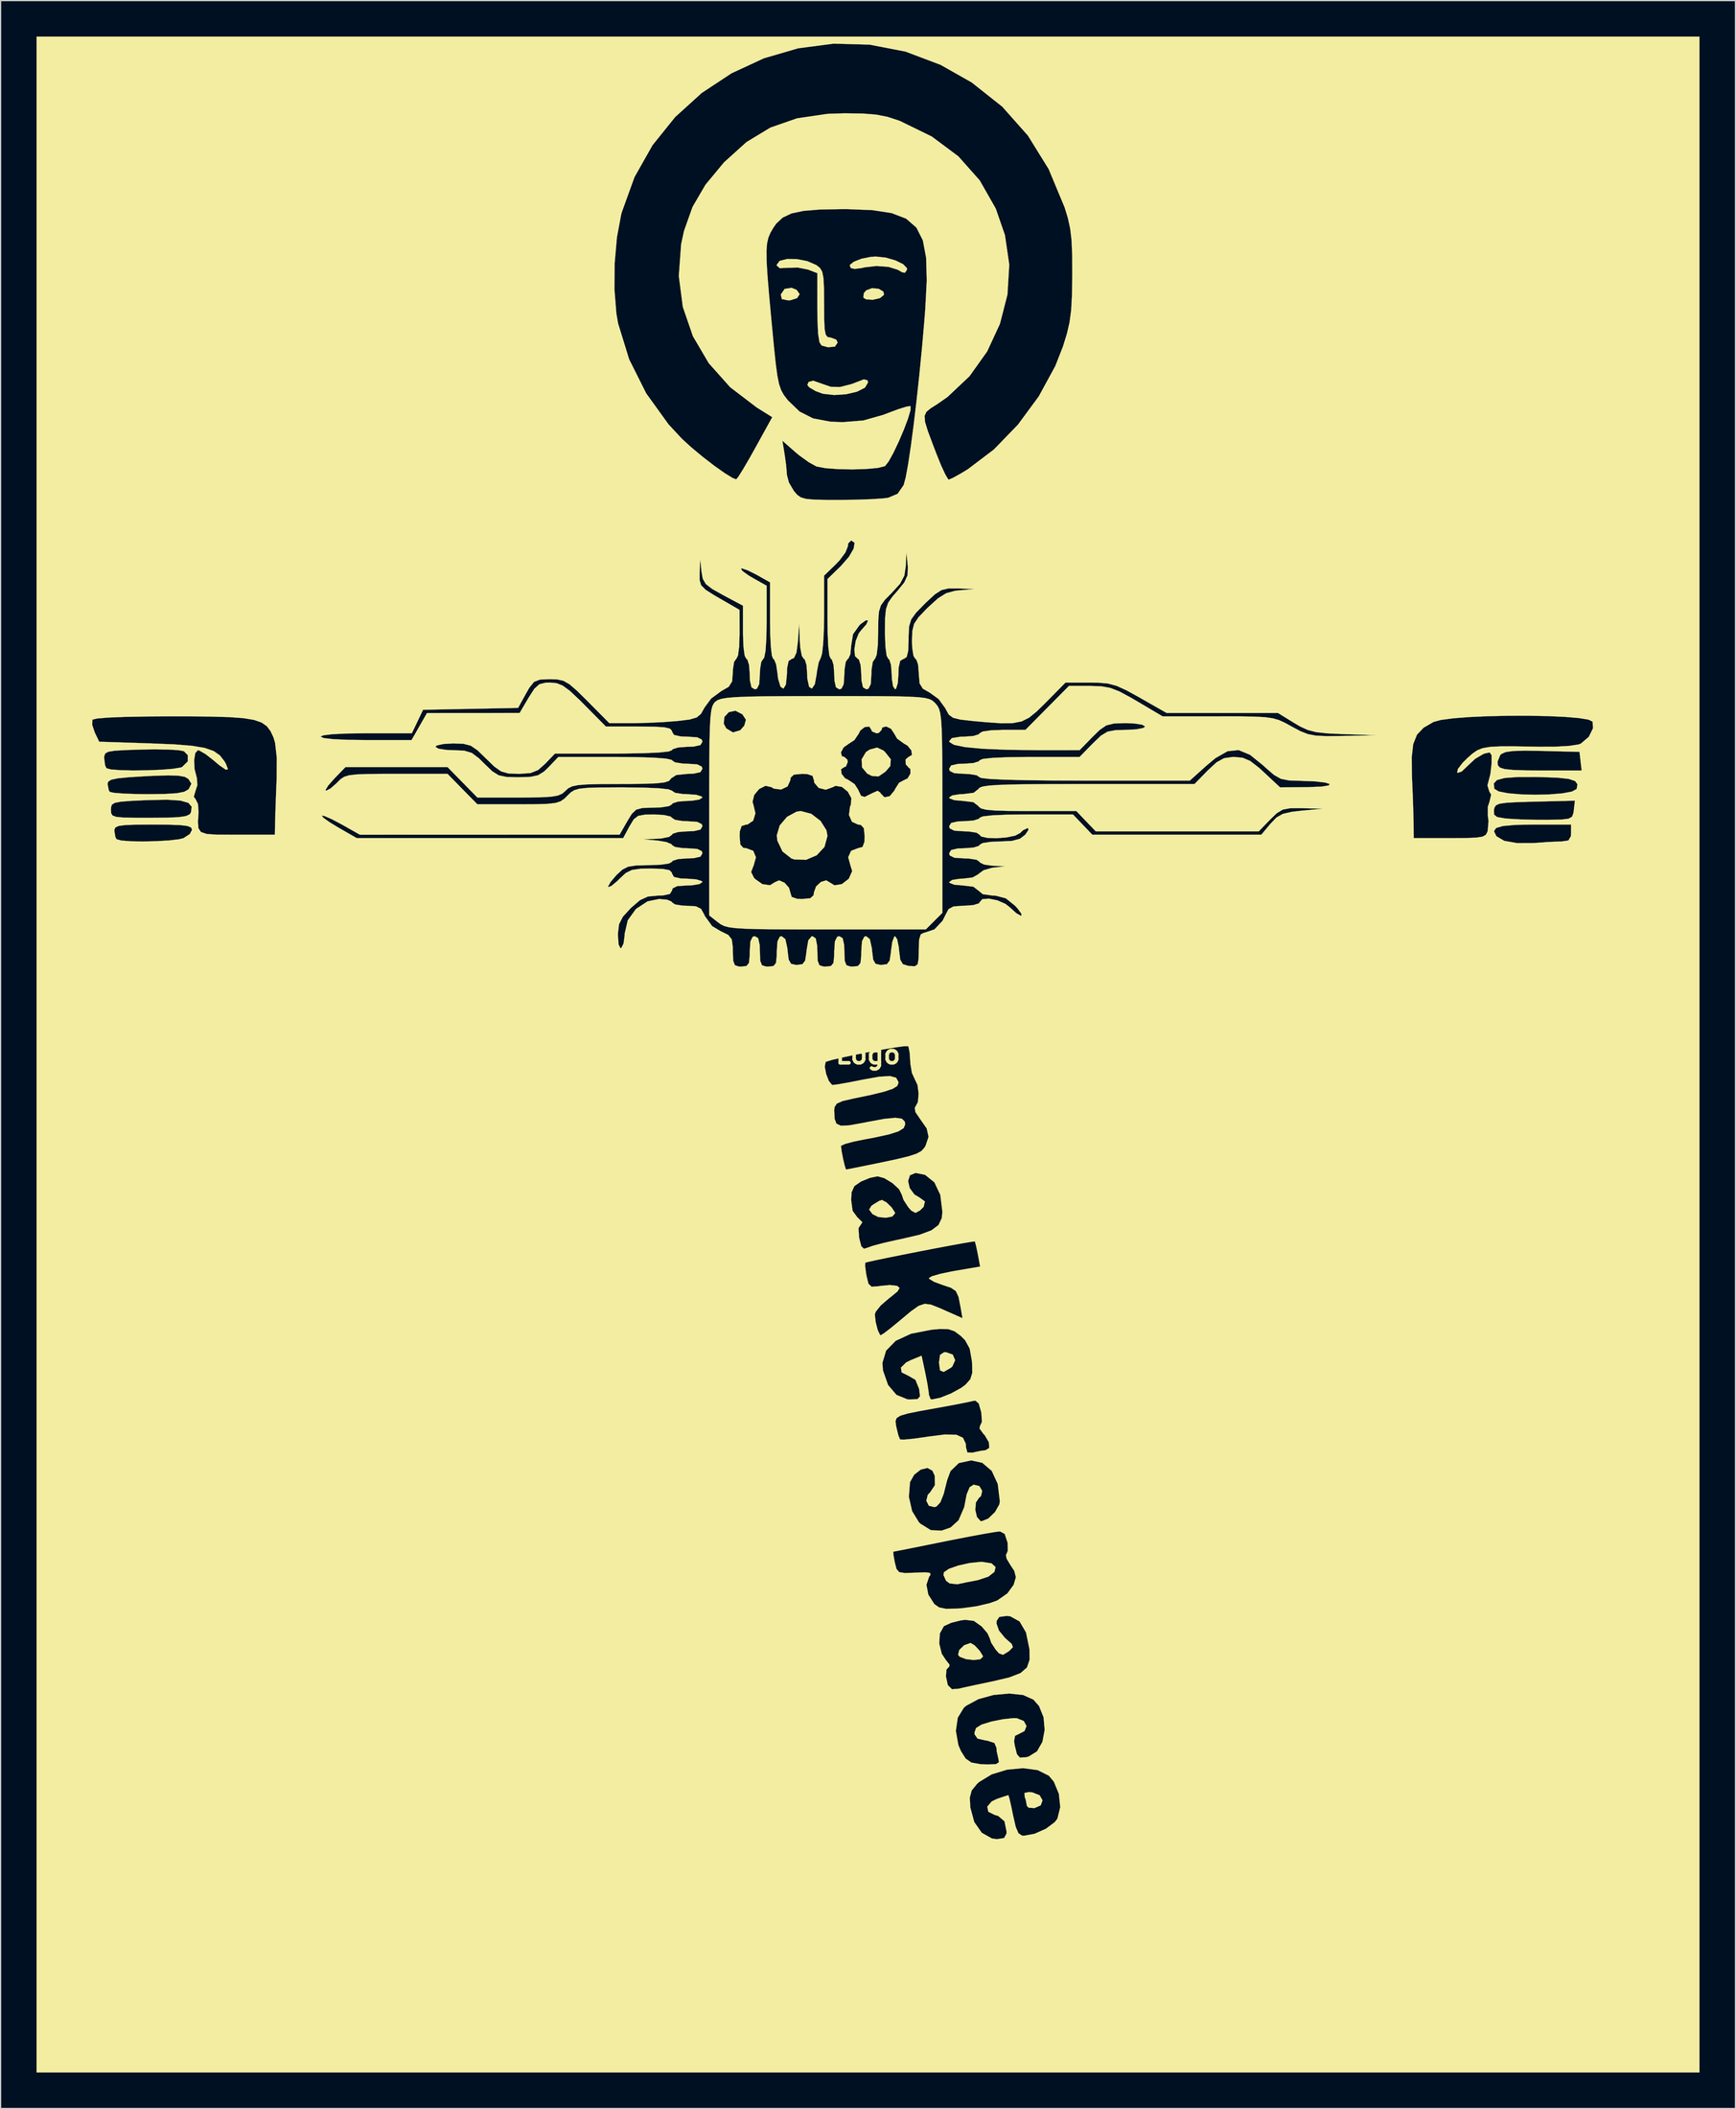
<source format=kicad_pcb>
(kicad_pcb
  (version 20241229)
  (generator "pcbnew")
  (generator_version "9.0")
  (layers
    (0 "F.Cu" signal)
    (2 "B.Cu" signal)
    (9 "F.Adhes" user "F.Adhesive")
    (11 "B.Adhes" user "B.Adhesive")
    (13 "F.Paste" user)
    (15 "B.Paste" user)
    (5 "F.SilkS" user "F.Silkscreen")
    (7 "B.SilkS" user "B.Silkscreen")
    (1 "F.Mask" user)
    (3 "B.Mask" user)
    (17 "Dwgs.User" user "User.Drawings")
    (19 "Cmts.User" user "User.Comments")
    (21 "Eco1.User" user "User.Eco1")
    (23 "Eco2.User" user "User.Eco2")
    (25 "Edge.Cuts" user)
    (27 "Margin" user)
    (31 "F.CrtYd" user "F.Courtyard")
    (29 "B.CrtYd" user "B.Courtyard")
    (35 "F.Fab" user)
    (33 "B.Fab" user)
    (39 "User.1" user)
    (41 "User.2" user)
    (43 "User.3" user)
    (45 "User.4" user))
  (footprint "Logo"
    (layer "F.Cu")
    (at 69.432 84.954)
    (property "Reference" "Logo" (at 0 0 0) (layer "F.SilkS") (effects (font (size 1.524 1.524) (thickness 0.3))))
    (attr through_hole)
    (fp_poly (pts (xy -5.961 -63.813) (xy -5.712 -63.457) (xy -5.92 -63.127) (xy -6.489 -62.944) (xy -6.67 -62.936) (xy -7.197 -63.044) (xy -7.286 -63.418) (xy -7.285 -63.426) (xy -6.963 -63.896) (xy -6.379 -63.984) (xy -5.961 -63.813)) (stroke (width 0.01) (type solid)) (fill yes) (layer "F.SilkS"))
    (fp_poly (pts (xy 0.891 -63.901) (xy 1.283 -63.669) (xy 1.334 -63.405) (xy 0.998 -63.127) (xy 0.401 -62.987) (xy -0.169 -63.024) (xy -0.394 -63.17) (xy -0.348 -63.544) (xy -0.152 -63.774) (xy 0.337 -63.955) (xy 0.891 -63.901)) (stroke (width 0.01) (type solid)) (fill yes) (layer "F.SilkS"))
    (fp_poly (pts (xy 7.073 25.038) (xy 7.274 25.506) (xy 7.041 26.031) (xy 6.906 26.146) (xy 6.315 26.485) (xy 6.015 26.36) (xy 5.927 25.734) (xy 5.927 25.682) (xy 6.014 25.064) (xy 6.343 24.845) (xy 6.5 24.836) (xy 7.073 25.038)) (stroke (width 0.01) (type solid)) (fill yes) (layer "F.SilkS"))
    (fp_poly (pts (xy 13.72 61.573) (xy 14.328 61.813) (xy 14.57 62.234) (xy 14.419 62.653) (xy 13.899 62.885) (xy 13.408 62.852) (xy 13.264 62.696) (xy 13.171 62.207) (xy 13.085 61.948) (xy 13.057 61.625) (xy 13.41 61.547) (xy 13.72 61.573)) (stroke (width 0.01) (type solid)) (fill yes) (layer "F.SilkS"))
    (fp_poly (pts (xy 1.272 -25.379) (xy 1.41 -25.26) (xy 1.901 -24.64) (xy 1.857 -24.077) (xy 1.459 -23.609) (xy 0.874 -23.209) (xy 0.324 -23.247) (xy -0.071 -23.447) (xy -0.505 -23.97) (xy -0.532 -24.641) (xy -0.174 -25.244) (xy 0.14 -25.451) (xy 0.759 -25.619) (xy 1.272 -25.379)) (stroke (width 0.01) (type solid)) (fill yes) (layer "F.SilkS"))
    (fp_poly (pts (xy 1.536 12.333) (xy 1.976 12.762) (xy 2.245 13.18) (xy 2.258 13.252) (xy 2.025 13.517) (xy 1.479 13.621) (xy 0.851 13.556) (xy 0.376 13.318) (xy 0.093 12.941) (xy 0.268 12.644) (xy 0.446 12.507) (xy 0.937 12.21) (xy 1.163 12.136) (xy 1.536 12.333)) (stroke (width 0.01) (type solid)) (fill yes) (layer "F.SilkS"))
    (fp_poly (pts (xy 8.901 49.306) (xy 9.31 49.741) (xy 9.576 50.165) (xy 9.596 50.256) (xy 9.363 50.466) (xy 8.816 50.525) (xy 8.176 50.452) (xy 7.668 50.261) (xy 7.52 50.099) (xy 7.616 49.688) (xy 8.033 49.29) (xy 8.558 49.107) (xy 8.569 49.107) (xy 8.901 49.306)) (stroke (width 0.01) (type solid)) (fill yes) (layer "F.SilkS"))
    (fp_poly (pts (xy -4.738 -20.087) (xy -3.966 -19.498) (xy -3.474 -18.718) (xy -3.387 -18.247) (xy -3.636 -17.328) (xy -4.284 -16.631) (xy -5.176 -16.251) (xy -6.163 -16.283) (xy -6.402 -16.365) (xy -7.144 -16.948) (xy -7.569 -17.843) (xy -7.62 -18.288) (xy -7.374 -19.119) (xy -6.76 -19.843) (xy -5.961 -20.272) (xy -5.611 -20.32) (xy -4.738 -20.087)) (stroke (width 0.01) (type solid)) (fill yes) (layer "F.SilkS"))
    (fp_poly (pts (xy -0.042 -56.263) (xy 0 -56.09) (xy -0.254 -55.656) (xy -0.914 -55.319) (xy -1.824 -55.105) (xy -2.83 -55.039) (xy -3.777 -55.146) (xy -4.374 -55.366) (xy -4.909 -55.68) (xy -5.069 -55.877) (xy -4.97 -56.111) (xy -4.956 -56.134) (xy -4.574 -56.233) (xy -3.809 -55.964) (xy -3.089 -55.718) (xy -2.328 -55.709) (xy -1.365 -55.956) (xy -0.353 -56.345) (xy -0.042 -56.263)) (stroke (width 0.01) (type solid)) (fill yes) (layer "F.SilkS"))
    (fp_poly (pts (xy 10.31 42.459) (xy 10.65 42.77) (xy 10.554 43.172) (xy 10.049 43.568) (xy 9.16 43.862) (xy 9.092 43.875) (xy 8.226 44.041) (xy 7.512 44.192) (xy 7.458 44.205) (xy 6.814 44.134) (xy 6.516 43.916) (xy 6.299 43.436) (xy 6.336 43.203) (xy 6.753 42.917) (xy 7.538 42.642) (xy 8.495 42.43) (xy 9.428 42.336) (xy 9.508 42.335) (xy 10.31 42.459)) (stroke (width 0.01) (type solid)) (fill yes) (layer "F.SilkS"))
    (fp_poly (pts (xy 1.48 -66.506) (xy 2.292 -66.27) (xy 2.934 -65.954) (xy 3.253 -65.624) (xy 3.238 -65.464) (xy 3.078 -65.243) (xy 2.859 -65.277) (xy 2.48 -65.492) (xy 1.704 -65.734) (xy 0.677 -65.805) (xy -0.314 -65.69) (xy -0.491 -65.641) (xy -1.118 -65.559) (xy -1.447 -65.639) (xy -1.529 -65.884) (xy -1.187 -66.161) (xy -0.557 -66.409) (xy 0.229 -66.568) (xy 0.649 -66.594) (xy 1.48 -66.506)) (stroke (width 0.01) (type solid)) (fill yes) (layer "F.SilkS"))
    (fp_poly (pts (xy -5.935 -66.379) (xy -5.064 -66.209) (xy -4.313 -65.88) (xy -4.304 -65.874) (xy -4.013 -65.644) (xy -3.827 -65.329) (xy -3.724 -64.81) (xy -3.679 -63.968) (xy -3.669 -62.684) (xy -3.669 -62.647) (xy -3.661 -61.364) (xy -3.624 -60.543) (xy -3.537 -60.083) (xy -3.38 -59.879) (xy -3.133 -59.831) (xy -3.104 -59.831) (xy -2.645 -59.655) (xy -2.54 -59.408) (xy -2.767 -59.08) (xy -3.341 -59.025) (xy -3.881 -59.171) (xy -4.057 -59.451) (xy -4.17 -60.157) (xy -4.225 -61.34) (xy -4.233 -62.261) (xy -4.233 -65.207) (xy -5.009 -65.505) (xy -5.863 -65.676) (xy -6.703 -65.657) (xy -7.366 -65.623) (xy -7.612 -65.829) (xy -7.62 -65.917) (xy -7.378 -66.235) (xy -6.761 -66.388) (xy -5.935 -66.379)) (stroke (width 0.01) (type solid)) (fill yes) (layer "F.SilkS"))
    (fp_poly (pts (xy -1.152 -29.915) (xy 0.782 -29.909) (xy 2.277 -29.894) (xy 3.396 -29.866) (xy 4.202 -29.821) (xy 4.758 -29.754) (xy 5.127 -29.661) (xy 5.371 -29.539) (xy 5.554 -29.382) (xy 5.633 -29.298) (xy 5.798 -29.099) (xy 5.927 -28.854) (xy 6.026 -28.497) (xy 6.099 -27.964) (xy 6.149 -27.192) (xy 6.181 -26.116) (xy 6.199 -24.672) (xy 6.207 -22.796) (xy 6.209 -20.424) (xy 6.209 -20.254) (xy 6.209 -11.828) (xy 4.823 -10.442) (xy -3.477 -10.442) (xy -5.864 -10.444) (xy -7.752 -10.451) (xy -9.208 -10.469) (xy -10.295 -10.501) (xy -11.082 -10.552) (xy -11.632 -10.626) (xy -12.011 -10.727) (xy -12.286 -10.86) (xy -12.521 -11.027) (xy -13.264 -11.612) (xy -13.264 -18.203) (xy -10.724 -18.203) (xy -10.662 -17.524) (xy -10.417 -17.249) (xy -10.151 -17.216) (xy -9.583 -16.999) (xy -9.36 -16.461) (xy -9.551 -15.772) (xy -9.57 -15.74) (xy -9.761 -15.232) (xy -9.527 -14.76) (xy -9.43 -14.649) (xy -8.819 -14.22) (xy -8.188 -14.13) (xy -7.761 -14.394) (xy -7.419 -14.537) (xy -6.967 -14.334) (xy -6.598 -13.916) (xy -6.491 -13.537) (xy -6.377 -13.154) (xy -5.935 -12.999) (xy -5.503 -12.982) (xy -4.821 -13.046) (xy -4.546 -13.294) (xy -4.516 -13.537) (xy -4.337 -14.03) (xy -3.93 -14.408) (xy -3.487 -14.539) (xy -3.246 -14.394) (xy -2.8 -14.124) (xy -2.188 -14.223) (xy -1.633 -14.65) (xy -1.588 -14.711) (xy -1.324 -15.312) (xy -1.475 -15.802) (xy -1.655 -16.466) (xy -1.418 -17) (xy -0.856 -17.216) (xy -0.461 -17.323) (xy -0.302 -17.745) (xy -0.282 -18.203) (xy -0.348 -18.887) (xy -0.597 -19.162) (xy -0.828 -19.191) (xy -1.341 -19.424) (xy -1.592 -19.99) (xy -1.505 -20.691) (xy -1.438 -20.835) (xy -1.391 -21.39) (xy -1.692 -21.941) (xy -2.185 -22.337) (xy -2.717 -22.425) (xy -2.942 -22.314) (xy -3.529 -22.101) (xy -4.12 -22.251) (xy -4.485 -22.68) (xy -4.516 -22.879) (xy -4.634 -23.257) (xy -5.086 -23.408) (xy -5.503 -23.424) (xy -6.187 -23.359) (xy -6.462 -23.11) (xy -6.491 -22.879) (xy -6.722 -22.372) (xy -7.261 -22.116) (xy -7.876 -22.193) (xy -8.065 -22.314) (xy -8.561 -22.427) (xy -9.092 -22.16) (xy -9.504 -21.665) (xy -9.644 -21.093) (xy -9.569 -20.835) (xy -9.403 -20.131) (xy -9.589 -19.52) (xy -10.055 -19.202) (xy -10.179 -19.191) (xy -10.557 -19.073) (xy -10.708 -18.621) (xy -10.724 -18.203) (xy -13.264 -18.203) (xy -13.264 -20.297) (xy -13.262 -22.751) (xy -13.254 -24.702) (xy -13.248 -25.22) (xy -2.261 -25.22) (xy -2.189 -24.902) (xy -1.976 -24.836) (xy -1.725 -24.607) (xy -1.693 -24.412) (xy -1.846 -24.037) (xy -1.976 -23.989) (xy -2.251 -23.814) (xy -2.213 -23.433) (xy -1.926 -23.061) (xy -1.672 -22.936) (xy -1.121 -22.568) (xy -0.832 -22.116) (xy -0.586 -21.594) (xy -0.287 -21.496) (xy 0.267 -21.769) (xy 0.323 -21.802) (xy 0.802 -22.012) (xy 1.025 -21.858) (xy 1.048 -21.802) (xy 1.372 -21.468) (xy 1.817 -21.564) (xy 2.209 -22.04) (xy 2.258 -22.154) (xy 2.591 -22.68) (xy 2.926 -22.86) (xy 3.306 -23.049) (xy 3.544 -23.453) (xy 3.535 -23.832) (xy 3.403 -23.936) (xy 3.148 -24.221) (xy 3.136 -24.623) (xy 3.374 -24.835) (xy 3.387 -24.836) (xy 3.668 -25.004) (xy 3.616 -25.382) (xy 3.298 -25.779) (xy 3.002 -25.95) (xy 2.426 -26.366) (xy 2.182 -26.789) (xy 1.914 -27.192) (xy 1.513 -27.381) (xy 1.192 -27.294) (xy 1.129 -27.093) (xy 0.9 -26.843) (xy 0.706 -26.811) (xy 0.33 -26.964) (xy 0.282 -27.093) (xy 0.107 -27.368) (xy -0.274 -27.331) (xy -0.645 -27.044) (xy -0.771 -26.789) (xy -1.139 -26.239) (xy -1.591 -25.95) (xy -2.039 -25.633) (xy -2.261 -25.22) (xy -13.248 -25.22) (xy -13.236 -26.213) (xy -13.204 -27.344) (xy -13.189 -27.608) (xy -12.048 -27.608) (xy -11.84 -27.219) (xy -11.277 -26.884) (xy -10.676 -27.061) (xy -10.336 -27.441) (xy -10.195 -27.94) (xy -10.496 -28.397) (xy -11.075 -28.693) (xy -11.624 -28.575) (xy -11.997 -28.171) (xy -12.048 -27.608) (xy -13.189 -27.608) (xy -13.156 -28.157) (xy -13.088 -28.715) (xy -12.996 -29.078) (xy -12.876 -29.309) (xy -12.748 -29.448) (xy -12.549 -29.582) (xy -12.237 -29.687) (xy -11.751 -29.768) (xy -11.029 -29.828) (xy -10.011 -29.869) (xy -8.636 -29.896) (xy -6.841 -29.91) (xy -4.566 -29.915) (xy -3.587 -29.916) (xy -1.152 -29.915)) (stroke (width 0.01) (type solid)) (fill yes) (layer "F.SilkS"))
    (fp_poly (pts (xy 69.427 84.949) (xy -69.427 84.949) (xy -69.427 62.001) (xy 8.497 62.001) (xy 8.541 62.833) (xy 8.87 64.051) (xy 9.499 64.946) (xy 10.348 65.423) (xy 10.774 65.476) (xy 11.36 65.384) (xy 11.559 65.023) (xy 11.567 64.841) (xy 11.395 63.987) (xy 10.861 63.534) (xy 10.587 63.459) (xy 10.04 63.187) (xy 9.959 62.764) (xy 10.326 62.329) (xy 10.752 62.122) (xy 11.377 61.909) (xy 11.708 61.808) (xy 11.718 61.807) (xy 11.8 62.059) (xy 11.952 62.716) (xy 12.113 63.5) (xy 12.335 64.463) (xy 12.562 64.983) (xy 12.855 65.179) (xy 13.005 65.193) (xy 13.913 65.027) (xy 14.854 64.607) (xy 15.593 64.056) (xy 15.813 63.765) (xy 16.051 62.805) (xy 15.935 61.693) (xy 15.514 60.678) (xy 15.101 60.184) (xy 14.168 59.715) (xy 12.946 59.552) (xy 11.607 59.677) (xy 10.324 60.069) (xy 9.269 60.71) (xy 9.102 60.864) (xy 8.657 61.411) (xy 8.497 62.001) (xy -69.427 62.001) (xy -69.427 56.444) (xy 7.333 56.444) (xy 7.541 57.622) (xy 7.755 58.126) (xy 8.151 58.752) (xy 8.632 59.085) (xy 9.385 59.22) (xy 9.979 59.244) (xy 10.678 59.216) (xy 10.931 59.058) (xy 10.896 58.82) (xy 10.744 58.14) (xy 10.724 57.85) (xy 10.55 57.447) (xy 9.953 57.255) (xy 9.807 57.238) (xy 9.143 57.084) (xy 8.9 56.733) (xy 8.89 56.586) (xy 9.018 56.204) (xy 9.481 55.914) (xy 10.301 55.664) (xy 11.268 55.469) (xy 12.12 55.377) (xy 12.415 55.382) (xy 13.002 55.616) (xy 13.233 56.036) (xy 13.067 56.454) (xy 12.697 56.646) (xy 12.277 56.854) (xy 12.193 57.289) (xy 12.252 57.663) (xy 12.431 58.384) (xy 12.679 58.67) (xy 13.151 58.647) (xy 13.411 58.585) (xy 14.112 58.148) (xy 14.563 57.354) (xy 14.749 56.356) (xy 14.658 55.309) (xy 14.278 54.366) (xy 13.812 53.834) (xy 12.946 53.445) (xy 11.774 53.323) (xy 10.473 53.445) (xy 9.223 53.79) (xy 8.202 54.339) (xy 7.998 54.511) (xy 7.49 55.345) (xy 7.333 56.444) (xy -69.427 56.444) (xy -69.427 49.15) (xy 5.945 49.15) (xy 6.154 49.999) (xy 6.491 50.518) (xy 6.806 50.915) (xy 6.775 51.082) (xy 6.773 51.082) (xy 6.548 51.318) (xy 6.504 51.888) (xy 6.654 52.588) (xy 6.67 52.632) (xy 7.006 52.962) (xy 7.537 52.927) (xy 8.143 52.788) (xy 9.107 52.58) (xy 10.236 52.344) (xy 10.391 52.312) (xy 11.802 51.979) (xy 12.734 51.617) (xy 13.268 51.153) (xy 13.489 50.515) (xy 13.479 49.631) (xy 13.478 49.617) (xy 13.191 48.227) (xy 12.653 47.307) (xy 11.878 46.879) (xy 11.565 46.849) (xy 10.956 46.932) (xy 10.738 47.261) (xy 10.724 47.473) (xy 10.932 48.069) (xy 11.437 48.687) (xy 11.501 48.742) (xy 11.998 49.184) (xy 12.094 49.454) (xy 11.825 49.736) (xy 11.712 49.824) (xy 11.267 50.095) (xy 10.933 49.968) (xy 10.654 49.653) (xy 10.286 49.085) (xy 10.16 48.701) (xy 9.97 48.288) (xy 9.508 47.747) (xy 9.466 47.706) (xy 8.829 47.258) (xy 8.114 47.174) (xy 7.747 47.22) (xy 6.951 47.419) (xy 6.366 47.685) (xy 6.325 47.716) (xy 5.997 48.309) (xy 5.945 49.15) (xy -69.427 49.15) (xy -69.427 41.487) (xy 2.108 41.487) (xy 2.118 41.728) (xy 2.223 42.319) (xy 2.241 42.404) (xy 2.378 42.932) (xy 2.606 43.195) (xy 3.084 43.271) (xy 3.944 43.238) (xy 4.796 43.208) (xy 5.185 43.262) (xy 5.207 43.43) (xy 5.094 43.587) (xy 4.875 44.248) (xy 5.033 45.071) (xy 5.525 45.842) (xy 5.56 45.878) (xy 5.939 46.139) (xy 6.496 46.252) (xy 7.386 46.239) (xy 7.905 46.2) (xy 9.064 46.04) (xy 10.156 45.785) (xy 10.796 45.555) (xy 11.636 44.968) (xy 12.161 44.248) (xy 12.345 43.614) (xy 12.212 43.088) (xy 11.902 42.62) (xy 11.57 42.07) (xy 11.513 41.744) (xy 11.543 41.719) (xy 11.67 41.41) (xy 11.655 40.778) (xy 11.645 40.711) (xy 11.412 40.003) (xy 11.019 39.793) (xy 10.58 39.847) (xy 9.699 39.996) (xy 8.487 40.22) (xy 7.054 40.499) (xy 6.35 40.64) (xy 4.894 40.934) (xy 3.651 41.184) (xy 2.717 41.37) (xy 2.189 41.472) (xy 2.108 41.487) (xy -69.427 41.487) (xy -69.427 36.918) (xy 3.411 36.918) (xy 3.681 38.103) (xy 4.254 39.037) (xy 4.381 39.158) (xy 5.245 39.691) (xy 6.143 39.729) (xy 6.893 39.47) (xy 7.56 38.864) (xy 8.031 37.771) (xy 8.239 36.692) (xy 8.487 36.107) (xy 8.82 35.895) (xy 9.295 36.011) (xy 9.531 36.412) (xy 9.43 36.854) (xy 9.263 36.994) (xy 9.003 37.39) (xy 8.956 38.002) (xy 9.095 38.594) (xy 9.391 38.93) (xy 9.486 38.947) (xy 10.047 38.718) (xy 10.605 38.177) (xy 10.964 37.54) (xy 11.007 37.289) (xy 10.831 35.833) (xy 10.329 34.742) (xy 9.539 34.069) (xy 8.617 33.867) (xy 7.579 34.091) (xy 6.887 34.76) (xy 6.608 35.509) (xy 6.316 36.67) (xy 6.037 37.369) (xy 5.724 37.706) (xy 5.55 37.768) (xy 5.077 37.653) (xy 4.867 37.235) (xy 4.989 36.738) (xy 5.175 36.546) (xy 5.582 35.937) (xy 5.567 35.148) (xy 5.378 34.729) (xy 4.962 34.498) (xy 4.396 34.639) (xy 3.854 35.062) (xy 3.509 35.676) (xy 3.501 35.707) (xy 3.411 36.918) (xy -69.427 36.918) (xy -69.427 30.592) (xy 2.295 30.592) (xy 2.337 30.947) (xy 2.372 31.123) (xy 2.53 31.768) (xy 2.67 32.116) (xy 2.672 32.118) (xy 2.99 32.134) (xy 3.724 32.067) (xy 4.731 31.929) (xy 5.052 31.878) (xy 6.445 31.704) (xy 7.378 31.73) (xy 7.925 31.98) (xy 8.16 32.475) (xy 8.184 32.805) (xy 8.296 33.207) (xy 8.727 33.221) (xy 8.819 33.198) (xy 9.476 33.059) (xy 9.807 33.024) (xy 10.12 32.828) (xy 10.093 32.359) (xy 9.75 31.776) (xy 9.613 31.627) (xy 9.309 31.206) (xy 9.355 30.983) (xy 9.51 30.654) (xy 9.462 29.917) (xy 9.446 29.828) (xy 9.245 29.121) (xy 8.963 28.882) (xy 8.786 28.902) (xy 8.313 29.009) (xy 7.439 29.182) (xy 6.317 29.392) (xy 5.786 29.488) (xy 4.314 29.753) (xy 3.313 29.956) (xy 2.698 30.137) (xy 2.387 30.335) (xy 2.295 30.592) (xy -69.427 30.592) (xy -69.427 25.737) (xy 1.199 25.737) (xy 1.246 26.358) (xy 1.669 27.57) (xy 2.374 28.401) (xy 3.291 28.774) (xy 3.513 28.787) (xy 4.139 28.748) (xy 4.344 28.516) (xy 4.267 27.92) (xy 4.259 27.88) (xy 3.955 27.142) (xy 3.377 26.809) (xy 2.806 26.524) (xy 2.746 26.123) (xy 3.185 25.693) (xy 3.577 25.499) (xy 4.472 25.134) (xy 4.776 26.551) (xy 4.952 27.448) (xy 5.062 28.154) (xy 5.08 28.377) (xy 5.214 28.744) (xy 5.32 28.787) (xy 6.029 28.641) (xy 6.936 28.28) (xy 7.782 27.817) (xy 8.141 27.548) (xy 8.542 27.095) (xy 8.705 26.563) (xy 8.687 25.733) (xy 8.671 25.558) (xy 8.489 24.542) (xy 8.108 23.843) (xy 7.742 23.477) (xy 7.219 23.089) (xy 6.693 22.913) (xy 5.951 22.905) (xy 5.299 22.963) (xy 3.583 23.299) (xy 2.31 23.888) (xy 1.507 24.708) (xy 1.199 25.737) (xy -69.427 25.737) (xy -69.427 17.664) (xy -0.241 17.664) (xy -0.156 18.299) (xy -0.127 18.463) (xy 0.036 19.13) (xy 0.301 19.376) (xy 0.856 19.338) (xy 1.018 19.308) (xy 1.811 19.235) (xy 2.423 19.303) (xy 2.441 19.309) (xy 2.634 19.479) (xy 2.461 19.768) (xy 1.867 20.257) (xy 1.738 20.353) (xy 1.066 20.932) (xy 0.643 21.462) (xy 0.568 21.685) (xy 0.64 22.332) (xy 0.803 22.973) (xy 0.991 23.379) (xy 1.061 23.424) (xy 1.335 23.256) (xy 1.911 22.814) (xy 2.651 22.205) (xy 3.578 21.43) (xy 4.222 20.974) (xy 4.733 20.801) (xy 5.265 20.872) (xy 5.969 21.151) (xy 6.311 21.303) (xy 7.885 21.999) (xy 7.728 21.089) (xy 7.556 20.221) (xy 7.332 19.736) (xy 6.916 19.458) (xy 6.238 19.233) (xy 5.529 18.972) (xy 5.12 18.727) (xy 5.08 18.655) (xy 5.337 18.502) (xy 6.017 18.304) (xy 6.985 18.1) (xy 7.22 18.058) (xy 9.36 17.692) (xy 9.17 16.678) (xy 9.03 15.997) (xy 8.926 15.617) (xy 8.914 15.595) (xy 8.635 15.626) (xy 7.915 15.747) (xy 6.866 15.938) (xy 5.602 16.176) (xy 4.234 16.44) (xy 2.875 16.708) (xy 1.636 16.957) (xy 0.632 17.166) (xy -0.027 17.314) (xy -0.23 17.372) (xy -0.241 17.664) (xy -69.427 17.664) (xy -69.427 12.127) (xy -1.411 12.127) (xy -1.289 13.042) (xy -0.879 13.603) (xy -0.827 13.642) (xy -0.476 13.993) (xy -0.587 14.166) (xy -0.797 14.485) (xy -0.748 15.252) (xy -0.734 15.327) (xy -0.564 15.996) (xy -0.34 16.208) (xy -0.057 16.12) (xy 0.431 15.95) (xy 1.311 15.718) (xy 2.422 15.466) (xy 2.822 15.383) (xy 4.296 15.04) (xy 5.288 14.673) (xy 5.882 14.227) (xy 6.159 13.648) (xy 6.209 13.122) (xy 6.035 11.708) (xy 5.539 10.661) (xy 4.76 10.036) (xy 3.97 9.878) (xy 3.499 10.074) (xy 3.345 10.551) (xy 3.478 11.141) (xy 3.873 11.678) (xy 4.304 11.936) (xy 4.749 12.261) (xy 4.644 12.706) (xy 4.342 13.009) (xy 3.963 13.213) (xy 3.611 13.023) (xy 3.354 12.73) (xy 2.969 12.138) (xy 2.822 11.701) (xy 2.593 11.239) (xy 2.039 10.726) (xy 1.362 10.316) (xy 0.795 10.16) (xy 0.167 10.287) (xy -0.578 10.591) (xy -1.139 10.975) (xy -1.373 11.493) (xy -1.411 12.127) (xy -69.427 12.127) (xy -69.427 1.01) (xy -3.613 1.01) (xy -3.498 1.619) (xy -3.271 2.208) (xy -3.008 2.529) (xy -2.958 2.54) (xy -2.524 2.486) (xy -1.701 2.342) (xy -0.652 2.137) (xy -0.437 2.093) (xy 0.93 1.849) (xy 1.833 1.794) (xy 2.344 1.934) (xy 2.534 2.277) (xy 2.54 2.379) (xy 2.433 2.627) (xy 2.062 2.857) (xy 1.351 3.097) (xy 0.225 3.371) (xy -1.199 3.667) (xy -2.12 3.878) (xy -2.61 4.094) (xy -2.799 4.392) (xy -2.822 4.654) (xy -2.794 5.348) (xy -2.643 5.764) (xy -2.269 5.939) (xy -1.571 5.908) (xy -0.449 5.707) (xy -0.078 5.632) (xy 1.327 5.372) (xy 2.268 5.277) (xy 2.823 5.351) (xy 3.071 5.599) (xy 3.104 5.823) (xy 2.977 6.136) (xy 2.545 6.408) (xy 1.732 6.667) (xy 0.464 6.941) (xy -0.212 7.065) (xy -1.199 7.265) (xy -1.925 7.461) (xy -2.252 7.613) (xy -2.258 7.63) (xy -2.206 8.063) (xy -2.085 8.693) (xy -1.946 9.28) (xy -1.841 9.588) (xy -1.83 9.596) (xy -1.54 9.542) (xy -0.822 9.399) (xy 0.201 9.191) (xy 0.886 9.051) (xy 2.36 8.739) (xy 3.378 8.493) (xy 4.041 8.277) (xy 4.447 8.055) (xy 4.696 7.789) (xy 4.806 7.605) (xy 5.055 6.863) (xy 4.897 6.162) (xy 4.367 5.405) (xy 3.952 4.792) (xy 3.904 4.416) (xy 3.944 4.379) (xy 4.163 3.966) (xy 4.224 3.267) (xy 4.132 2.537) (xy 3.894 2.031) (xy 3.667 1.544) (xy 3.535 0.767) (xy 3.526 0.572) (xy 3.473 -0.176) (xy 3.377 -0.647) (xy 3.347 -0.698) (xy 3.037 -0.698) (xy 2.308 -0.601) (xy 1.291 -0.432) (xy 0.119 -0.218) (xy -1.077 0.018) (xy -2.165 0.248) (xy -3.013 0.449) (xy -3.49 0.595) (xy -3.541 0.625) (xy -3.613 1.01) (xy -69.427 1.01) (xy -69.427 -18.674) (xy -62.936 -18.674) (xy -62.843 -18.137) (xy -62.747 -17.968) (xy -62.362 -17.861) (xy -61.571 -17.8) (xy -60.534 -17.783) (xy -59.409 -17.807) (xy -58.352 -17.869) (xy -57.523 -17.968) (xy -57.168 -18.055) (xy -56.634 -18.399) (xy -56.444 -18.761) (xy -56.527 -18.949) (xy -56.833 -19.075) (xy -57.452 -19.149) (xy -58.472 -19.184) (xy -59.69 -19.191) (xy -61.089 -19.184) (xy -62.018 -19.152) (xy -62.572 -19.08) (xy -62.845 -18.953) (xy -62.932 -18.757) (xy -62.936 -18.674) (xy -69.427 -18.674) (xy -69.427 -20.429) (xy -63.218 -20.429) (xy -63.201 -20.141) (xy -63.085 -19.949) (xy -62.776 -19.835) (xy -62.177 -19.778) (xy -61.191 -19.758) (xy -59.963 -19.756) (xy -58.523 -19.768) (xy -57.553 -19.812) (xy -56.958 -19.901) (xy -56.645 -20.046) (xy -56.538 -20.201) (xy -56.475 -20.677) (xy -56.75 -21.003) (xy -57.417 -21.194) (xy -58.531 -21.266) (xy -60.146 -21.233) (xy -60.184 -21.232) (xy -61.521 -21.17) (xy -62.393 -21.103) (xy -62.9 -21.005) (xy -63.14 -20.85) (xy -63.213 -20.611) (xy -63.218 -20.429) (xy -69.427 -20.429) (xy -69.427 -22.583) (xy -63.5 -22.583) (xy -63.4 -22.063) (xy -63.312 -21.919) (xy -62.968 -21.842) (xy -62.186 -21.78) (xy -61.089 -21.741) (xy -60.101 -21.731) (xy -58.67 -21.749) (xy -57.703 -21.81) (xy -57.101 -21.929) (xy -56.763 -22.117) (xy -56.715 -22.169) (xy -56.499 -22.602) (xy -56.751 -23.001) (xy -57.052 -23.176) (xy -57.586 -23.273) (xy -58.45 -23.297) (xy -59.742 -23.256) (xy -60.325 -23.227) (xy -61.721 -23.142) (xy -62.644 -23.051) (xy -63.187 -22.936) (xy -63.442 -22.779) (xy -63.5 -22.583) (xy -69.427 -22.583) (xy -69.427 -24.724) (xy -63.782 -24.724) (xy -63.707 -24.138) (xy -63.594 -23.895) (xy -63.214 -23.792) (xy -62.419 -23.731) (xy -61.357 -23.708) (xy -60.176 -23.721) (xy -59.025 -23.767) (xy -58.052 -23.845) (xy -57.404 -23.951) (xy -57.273 -23.999) (xy -56.804 -24.462) (xy -56.8 -24.985) (xy -57.128 -25.315) (xy -57.561 -25.399) (xy -58.424 -25.452) (xy -59.584 -25.469) (xy -60.655 -25.453) (xy -62.017 -25.409) (xy -62.912 -25.356) (xy -63.439 -25.268) (xy -63.694 -25.125) (xy -63.776 -24.904) (xy -63.782 -24.724) (xy -69.427 -24.724) (xy -69.427 -27.51) (xy -64.782 -27.51) (xy -64.571 -26.883) (xy -64.199 -26.106) (xy -59.814 -25.964) (xy -57.888 -25.884) (xy -56.441 -25.766) (xy -55.387 -25.59) (xy -54.642 -25.33) (xy -54.119 -24.964) (xy -53.734 -24.468) (xy -53.622 -24.271) (xy -53.444 -23.812) (xy -53.63 -23.773) (xy -54.184 -24.156) (xy -54.653 -24.553) (xy -55.307 -25.066) (xy -55.828 -25.367) (xy -55.96 -25.4) (xy -56.177 -25.157) (xy -56.271 -24.564) (xy -56.234 -23.821) (xy -56.059 -23.13) (xy -56.043 -23.094) (xy -56.002 -22.48) (xy -56.141 -22.053) (xy -56.3 -21.519) (xy -56.144 -21.297) (xy -55.95 -20.911) (xy -55.901 -20.239) (xy -55.902 -20.221) (xy -55.953 -19.423) (xy -55.916 -18.89) (xy -55.701 -18.57) (xy -55.216 -18.407) (xy -54.37 -18.35) (xy -53.072 -18.344) (xy -52.705 -18.344) (xy -49.53 -18.344) (xy -49.51 -19.403) (xy -49.488 -20.175) (xy -49.449 -21.305) (xy -49.399 -22.59) (xy -49.381 -23.015) (xy -49.37 -24.77) (xy -49.51 -26.009) (xy -49.653 -26.485) (xy -49.674 -26.529) (xy -45.72 -26.529) (xy -45.447 -26.41) (xy -44.666 -26.32) (xy -43.433 -26.264) (xy -41.918 -26.247) (xy -38.117 -26.247) (xy -37.473 -27.373) (xy -36.83 -28.5) (xy -32.961 -28.502) (xy -29.093 -28.504) (xy -28.348 -29.774) (xy -27.86 -30.532) (xy -27.436 -30.91) (xy -26.897 -31.036) (xy -26.564 -31.044) (xy -26.01 -30.994) (xy -25.498 -30.792) (xy -24.905 -30.358) (xy -24.109 -29.613) (xy -23.707 -29.21) (xy -21.889 -27.376) (xy -19.129 -27.376) (xy -17.829 -27.361) (xy -17 -27.308) (xy -16.548 -27.202) (xy -16.379 -27.029) (xy -16.369 -26.952) (xy -16.203 -26.673) (xy -15.638 -26.546) (xy -15.099 -26.529) (xy -14.262 -26.473) (xy -13.881 -26.285) (xy -13.829 -26.106) (xy -13.995 -25.827) (xy -14.56 -25.699) (xy -15.099 -25.682) (xy -15.856 -25.626) (xy -16.311 -25.484) (xy -16.369 -25.4) (xy -16.644 -25.291) (xy -17.444 -25.206) (xy -18.728 -25.148) (xy -20.456 -25.12) (xy -21.255 -25.118) (xy -26.141 -25.118) (xy -26.952 -24.271) (xy -27.548 -23.744) (xy -28.169 -23.494) (xy -29.067 -23.425) (xy -29.204 -23.424) (xy -30.038 -23.459) (xy -30.637 -23.629) (xy -31.209 -24.032) (xy -31.891 -24.694) (xy -32.619 -25.398) (xy -33.182 -25.779) (xy -33.792 -25.935) (xy -34.631 -25.964) (xy -35.463 -25.916) (xy -36.005 -25.793) (xy -36.124 -25.682) (xy -35.87 -25.525) (xy -35.215 -25.423) (xy -34.629 -25.4) (xy -33.717 -25.361) (xy -33.088 -25.172) (xy -32.494 -24.727) (xy -32.032 -24.271) (xy -31.378 -23.641) (xy -30.84 -23.304) (xy -30.189 -23.167) (xy -29.206 -23.142) (xy -28.199 -23.173) (xy -27.548 -23.31) (xy -27.046 -23.625) (xy -26.67 -23.989) (xy -25.859 -24.836) (xy -21.114 -24.836) (xy -19.256 -24.819) (xy -17.823 -24.772) (xy -16.858 -24.696) (xy -16.401 -24.593) (xy -16.369 -24.553) (xy -16.117 -24.385) (xy -15.478 -24.284) (xy -15.099 -24.271) (xy -14.262 -24.216) (xy -13.881 -24.027) (xy -13.829 -23.848) (xy -13.999 -23.566) (xy -14.574 -23.44) (xy -15.069 -23.424) (xy -16.011 -23.33) (xy -16.453 -23.041) (xy -16.471 -23.001) (xy -16.627 -22.831) (xy -16.996 -22.711) (xy -17.66 -22.635) (xy -18.703 -22.593) (xy -20.205 -22.578) (xy -20.691 -22.578) (xy -22.3 -22.572) (xy -23.441 -22.545) (xy -24.213 -22.485) (xy -24.711 -22.381) (xy -25.034 -22.221) (xy -25.259 -22.013) (xy -25.53 -21.773) (xy -25.9 -21.612) (xy -26.476 -21.514) (xy -27.367 -21.466) (xy -28.68 -21.45) (xy -29.195 -21.449) (xy -32.62 -21.449) (xy -33.867 -22.719) (xy -35.113 -23.989) (xy -43.634 -23.989) (xy -44.591 -23.001) (xy -45.084 -22.439) (xy -45.299 -22.081) (xy -45.26 -22.013) (xy -44.887 -22.202) (xy -44.363 -22.662) (xy -44.309 -22.719) (xy -44.035 -22.989) (xy -43.741 -23.18) (xy -43.33 -23.305) (xy -42.704 -23.378) (xy -41.765 -23.413) (xy -40.418 -23.424) (xy -39.38 -23.424) (xy -35.113 -23.424) (xy -33.867 -22.154) (xy -32.62 -20.884) (xy -29.2 -20.884) (xy -27.754 -20.89) (xy -26.758 -20.921) (xy -26.102 -20.995) (xy -25.671 -21.133) (xy -25.353 -21.355) (xy -25.118 -21.59) (xy -24.836 -21.867) (xy -24.533 -22.06) (xy -24.107 -22.184) (xy -23.458 -22.254) (xy -22.485 -22.286) (xy -21.087 -22.295) (xy -20.412 -22.296) (xy -18.738 -22.276) (xy -17.472 -22.222) (xy -16.666 -22.135) (xy -16.369 -22.019) (xy -16.369 -22.013) (xy -16.117 -21.845) (xy -15.478 -21.744) (xy -15.099 -21.731) (xy -14.341 -21.675) (xy -13.887 -21.533) (xy -13.829 -21.449) (xy -14.081 -21.281) (xy -14.719 -21.18) (xy -15.099 -21.167) (xy -15.856 -21.111) (xy -16.311 -20.969) (xy -16.369 -20.884) (xy -16.624 -20.73) (xy -17.282 -20.627) (xy -17.913 -20.602) (xy -18.814 -20.58) (xy -19.351 -20.443) (xy -19.725 -20.088) (xy -20.1 -19.476) (xy -20.743 -18.349) (xy -31.586 -18.347) (xy -42.429 -18.344) (xy -43.962 -19.21) (xy -44.778 -19.641) (xy -45.382 -19.904) (xy -45.624 -19.945) (xy -45.469 -19.752) (xy -44.937 -19.374) (xy -44.221 -18.939) (xy -42.688 -18.062) (xy -20.448 -18.062) (xy -19.916 -19.05) (xy -19.567 -19.626) (xy -19.193 -19.919) (xy -18.601 -20.025) (xy -17.877 -20.038) (xy -17.041 -19.99) (xy -16.493 -19.867) (xy -16.369 -19.756) (xy -16.117 -19.587) (xy -15.478 -19.486) (xy -15.099 -19.473) (xy -14.262 -19.418) (xy -13.881 -19.23) (xy -13.829 -19.05) (xy -13.995 -18.771) (xy -14.56 -18.644) (xy -15.099 -18.627) (xy -15.856 -18.571) (xy -16.311 -18.429) (xy -16.369 -18.344) (xy -16.621 -18.162) (xy -17.253 -18.036) (xy -17.568 -18.013) (xy -18.768 -17.964) (xy -17.568 -17.856) (xy -16.836 -17.734) (xy -16.411 -17.555) (xy -16.369 -17.482) (xy -16.117 -17.323) (xy -15.478 -17.228) (xy -15.099 -17.216) (xy -14.262 -17.16) (xy -13.881 -16.972) (xy -13.829 -16.792) (xy -13.995 -16.513) (xy -14.56 -16.386) (xy -15.099 -16.369) (xy -15.856 -16.313) (xy -16.311 -16.171) (xy -16.369 -16.087) (xy -16.629 -15.941) (xy -17.324 -15.841) (xy -18.292 -15.804) (xy -19.348 -15.782) (xy -20.026 -15.678) (xy -20.513 -15.433) (xy -20.993 -14.991) (xy -21.023 -14.961) (xy -21.492 -14.409) (xy -21.7 -14.036) (xy -21.69 -13.976) (xy -21.429 -14.07) (xy -20.944 -14.475) (xy -20.741 -14.678) (xy -20.231 -15.149) (xy -19.72 -15.403) (xy -19.008 -15.506) (xy -18.151 -15.522) (xy -17.139 -15.492) (xy -16.583 -15.387) (xy -16.378 -15.179) (xy -16.369 -15.099) (xy -16.203 -14.82) (xy -15.638 -14.693) (xy -15.099 -14.676) (xy -14.341 -14.62) (xy -13.887 -14.478) (xy -13.829 -14.393) (xy -14.081 -14.225) (xy -14.719 -14.124) (xy -15.099 -14.111) (xy -15.936 -14.056) (xy -16.317 -13.867) (xy -16.369 -13.688) (xy -16.546 -13.4) (xy -17.141 -13.276) (xy -17.556 -13.264) (xy -18.376 -13.189) (xy -19.039 -12.886) (xy -19.787 -12.246) (xy -19.814 -12.219) (xy -20.472 -11.502) (xy -20.79 -10.879) (xy -20.883 -10.109) (xy -20.884 -9.945) (xy -20.829 -9.188) (xy -20.676 -8.877) (xy -20.602 -8.89) (xy -20.416 -9.263) (xy -20.322 -9.955) (xy -20.32 -10.093) (xy -20.062 -11.205) (xy -19.38 -12.149) (xy -18.411 -12.785) (xy -17.442 -12.982) (xy -16.756 -12.917) (xy -16.389 -12.754) (xy -16.369 -12.7) (xy -16.117 -12.528) (xy -15.485 -12.428) (xy -15.161 -12.418) (xy -14.374 -12.373) (xy -13.946 -12.161) (xy -13.671 -11.67) (xy -13.631 -11.566) (xy -13.016 -10.717) (xy -12.299 -10.292) (xy -11.671 -9.983) (xy -11.378 -9.612) (xy -11.293 -8.972) (xy -11.289 -8.604) (xy -11.259 -7.822) (xy -11.115 -7.452) (xy -10.771 -7.342) (xy -10.583 -7.338) (xy -10.148 -7.39) (xy -9.942 -7.649) (xy -9.88 -8.265) (xy -9.878 -8.608) (xy -9.822 -9.445) (xy -9.634 -9.826) (xy -9.454 -9.878) (xy -9.175 -9.712) (xy -9.048 -9.146) (xy -9.031 -8.608) (xy -9.002 -7.824) (xy -8.858 -7.453) (xy -8.516 -7.343) (xy -8.326 -7.338) (xy -7.89 -7.39) (xy -7.684 -7.649) (xy -7.623 -8.265) (xy -7.62 -8.608) (xy -7.56 -9.457) (xy -7.363 -9.837) (xy -7.213 -9.878) (xy -6.904 -9.63) (xy -6.735 -8.867) (xy -6.719 -8.678) (xy -6.626 -7.919) (xy -6.425 -7.571) (xy -6.016 -7.48) (xy -5.927 -7.479) (xy -5.476 -7.544) (xy -5.249 -7.842) (xy -5.146 -8.527) (xy -5.134 -8.678) (xy -4.988 -9.535) (xy -4.705 -9.87) (xy -4.64 -9.878) (xy -4.368 -9.692) (xy -4.246 -9.077) (xy -4.233 -8.608) (xy -4.204 -7.824) (xy -4.06 -7.453) (xy -3.718 -7.343) (xy -3.528 -7.338) (xy -3.092 -7.39) (xy -2.886 -7.649) (xy -2.825 -8.265) (xy -2.822 -8.608) (xy -2.767 -9.445) (xy -2.578 -9.826) (xy -2.399 -9.878) (xy -2.12 -9.712) (xy -1.993 -9.146) (xy -1.976 -8.608) (xy -1.946 -7.824) (xy -1.803 -7.453) (xy -1.46 -7.343) (xy -1.27 -7.338) (xy -0.835 -7.39) (xy -0.628 -7.649) (xy -0.567 -8.265) (xy -0.564 -8.608) (xy -0.505 -9.457) (xy -0.308 -9.837) (xy -0.157 -9.878) (xy 0.151 -9.63) (xy 0.32 -8.867) (xy 0.337 -8.678) (xy 0.43 -7.919) (xy 0.63 -7.571) (xy 1.04 -7.48) (xy 1.129 -7.479) (xy 1.58 -7.544) (xy 1.806 -7.842) (xy 1.91 -8.527) (xy 1.921 -8.678) (xy 2.027 -9.411) (xy 2.189 -9.835) (xy 2.258 -9.878) (xy 2.429 -9.626) (xy 2.563 -8.994) (xy 2.594 -8.678) (xy 2.691 -7.913) (xy 2.908 -7.543) (xy 3.358 -7.402) (xy 3.457 -7.39) (xy 3.914 -7.369) (xy 4.144 -7.533) (xy 4.224 -8.019) (xy 4.233 -8.73) (xy 4.268 -9.598) (xy 4.404 -10.033) (xy 4.683 -10.167) (xy 4.727 -10.169) (xy 5.545 -10.446) (xy 6.224 -11.163) (xy 6.473 -11.665) (xy 6.724 -12.137) (xy 7.127 -12.357) (xy 7.87 -12.417) (xy 8.036 -12.418) (xy 8.796 -12.474) (xy 9.253 -12.615) (xy 9.313 -12.7) (xy 9.537 -12.965) (xy 10.092 -13.011) (xy 10.799 -12.869) (xy 11.483 -12.568) (xy 11.853 -12.277) (xy 12.38 -11.798) (xy 12.777 -11.573) (xy 12.802 -11.571) (xy 12.808 -11.746) (xy 12.486 -12.188) (xy 12.277 -12.418) (xy 11.505 -13.038) (xy 10.658 -13.257) (xy 10.42 -13.264) (xy 9.582 -13.382) (xy 9.211 -13.688) (xy 8.789 -14.009) (xy 7.911 -14.111) (xy 7.201 -14.173) (xy 6.804 -14.329) (xy 6.773 -14.393) (xy 7.024 -14.571) (xy 7.648 -14.669) (xy 7.888 -14.676) (xy 8.73 -14.777) (xy 9.21 -15.048) (xy 9.229 -15.076) (xy 9.642 -15.378) (xy 10.351 -15.583) (xy 10.442 -15.596) (xy 11.43 -15.714) (xy 10.372 -15.759) (xy 9.691 -15.855) (xy 9.33 -16.035) (xy 9.313 -16.087) (xy 9.061 -16.255) (xy 8.423 -16.356) (xy 8.043 -16.369) (xy 7.206 -16.424) (xy 6.825 -16.613) (xy 6.773 -16.792) (xy 6.94 -17.071) (xy 7.505 -17.198) (xy 8.043 -17.216) (xy 8.801 -17.272) (xy 9.255 -17.413) (xy 9.313 -17.498) (xy 9.57 -17.649) (xy 10.236 -17.751) (xy 10.963 -17.78) (xy 12.016 -17.829) (xy 12.682 -18.007) (xy 13.123 -18.344) (xy 13.401 -18.749) (xy 13.343 -18.909) (xy 12.936 -18.714) (xy 12.7 -18.486) (xy 12.279 -18.265) (xy 11.56 -18.119) (xy 10.726 -18.054) (xy 9.957 -18.079) (xy 9.435 -18.201) (xy 9.313 -18.344) (xy 9.061 -18.513) (xy 8.423 -18.614) (xy 8.043 -18.627) (xy 7.206 -18.682) (xy 6.825 -18.87) (xy 6.773 -19.05) (xy 6.94 -19.329) (xy 7.505 -19.456) (xy 8.043 -19.473) (xy 8.801 -19.529) (xy 9.255 -19.671) (xy 9.313 -19.756) (xy 9.586 -19.874) (xy 10.369 -19.963) (xy 11.609 -20.019) (xy 13.212 -20.038) (xy 17.11 -20.038) (xy 17.921 -19.191) (xy 18.732 -18.344) (xy 32.838 -18.344) (xy 33.602 -19.26) (xy 34.102 -19.781) (xy 34.638 -20.087) (xy 35.405 -20.26) (xy 36.163 -20.346) (xy 37.959 -20.516) (xy 36.25 -20.559) (xy 35.269 -20.558) (xy 34.633 -20.443) (xy 34.127 -20.137) (xy 33.584 -19.614) (xy 32.627 -18.627) (xy 19.014 -18.627) (xy 18.203 -19.473) (xy 17.392 -20.32) (xy 13.383 -20.32) (xy 11.755 -20.33) (xy 10.609 -20.364) (xy 9.862 -20.431) (xy 9.43 -20.54) (xy 9.232 -20.699) (xy 9.211 -20.743) (xy 8.789 -21.064) (xy 7.911 -21.167) (xy 7.201 -21.229) (xy 6.804 -21.384) (xy 6.773 -21.449) (xy 7.024 -21.625) (xy 7.65 -21.724) (xy 7.911 -21.731) (xy 8.816 -21.842) (xy 9.211 -22.154) (xy 9.321 -22.274) (xy 9.588 -22.369) (xy 10.067 -22.442) (xy 10.815 -22.497) (xy 11.888 -22.535) (xy 13.342 -22.559) (xy 15.234 -22.573) (xy 17.619 -22.578) (xy 18.317 -22.578) (xy 27.261 -22.578) (xy 28.363 -23.707) (xy 29.109 -24.394) (xy 29.736 -24.734) (xy 30.456 -24.834) (xy 30.579 -24.836) (xy 31.285 -24.767) (xy 31.911 -24.5) (xy 32.639 -23.939) (xy 33.049 -23.566) (xy 34.407 -22.296) (xy 36.747 -22.315) (xy 37.87 -22.361) (xy 38.462 -22.457) (xy 38.552 -22.578) (xy 38.167 -22.699) (xy 37.337 -22.795) (xy 36.154 -22.84) (xy 35.153 -22.874) (xy 34.475 -23.008) (xy 33.895 -23.336) (xy 33.186 -23.948) (xy 32.991 -24.13) (xy 32.179 -24.786) (xy 45.396 -24.786) (xy 45.417 -23.23) (xy 45.42 -23.154) (xy 45.477 -21.815) (xy 45.522 -20.543) (xy 45.549 -19.544) (xy 45.554 -19.262) (xy 45.564 -18.062) (xy 48.572 -18.062) (xy 49.908 -18.069) (xy 50.784 -18.102) (xy 51.306 -18.183) (xy 51.58 -18.332) (xy 51.711 -18.57) (xy 51.73 -18.636) (xy 52.267 -18.636) (xy 52.45 -18.257) (xy 52.49 -18.207) (xy 53.121 -17.837) (xy 54.193 -17.646) (xy 55.606 -17.651) (xy 55.849 -17.67) (xy 56.833 -17.741) (xy 57.726 -17.778) (xy 57.895 -17.78) (xy 58.482 -17.865) (xy 58.688 -18.22) (xy 58.702 -18.486) (xy 58.702 -19.191) (xy 55.614 -19.191) (xy 54.062 -19.165) (xy 53.021 -19.074) (xy 52.44 -18.903) (xy 52.267 -18.636) (xy 51.73 -18.636) (xy 51.745 -18.689) (xy 51.812 -19.486) (xy 51.754 -19.932) (xy 51.754 -20.407) (xy 52.264 -20.407) (xy 52.274 -20.028) (xy 52.532 -19.821) (xy 53.17 -19.709) (xy 53.534 -19.676) (xy 54.557 -19.621) (xy 55.834 -19.59) (xy 56.868 -19.589) (xy 57.901 -19.612) (xy 58.499 -19.683) (xy 58.79 -19.851) (xy 58.903 -20.167) (xy 58.934 -20.4) (xy 59.024 -21.185) (xy 55.688 -21.105) (xy 54.271 -21.066) (xy 53.321 -21.015) (xy 52.741 -20.934) (xy 52.434 -20.801) (xy 52.303 -20.597) (xy 52.264 -20.407) (xy 51.754 -20.407) (xy 51.754 -20.681) (xy 51.892 -21.097) (xy 52.032 -21.684) (xy 51.878 -21.951) (xy 51.72 -22.459) (xy 51.763 -22.625) (xy 52.252 -22.625) (xy 52.291 -22.213) (xy 52.306 -22.173) (xy 52.657 -21.96) (xy 53.43 -21.807) (xy 54.487 -21.714) (xy 55.688 -21.681) (xy 56.896 -21.709) (xy 57.969 -21.797) (xy 58.771 -21.945) (xy 59.162 -22.154) (xy 59.172 -22.173) (xy 59.237 -22.557) (xy 59.039 -22.826) (xy 58.509 -23.002) (xy 57.573 -23.105) (xy 56.16 -23.156) (xy 55.784 -23.162) (xy 54.219 -23.158) (xy 53.151 -23.079) (xy 52.517 -22.908) (xy 52.252 -22.625) (xy 51.763 -22.625) (xy 51.8 -22.77) (xy 51.966 -23.398) (xy 52.063 -24.237) (xy 52.067 -24.314) (xy 52.066 -24.434) (xy 52.562 -24.434) (xy 52.594 -24.134) (xy 52.762 -23.948) (xy 53.159 -23.823) (xy 53.873 -23.749) (xy 54.993 -23.713) (xy 56.172 -23.707) (xy 59.586 -23.707) (xy 59.497 -24.483) (xy 59.408 -25.259) (xy 56.275 -25.338) (xy 54.833 -25.36) (xy 53.855 -25.331) (xy 53.238 -25.243) (xy 52.885 -25.084) (xy 52.786 -24.989) (xy 52.562 -24.434) (xy 52.066 -24.434) (xy 52.064 -24.983) (xy 51.914 -25.212) (xy 51.505 -25.126) (xy 51.382 -25.082) (xy 50.689 -24.673) (xy 50.037 -24.062) (xy 50.036 -24.062) (xy 49.569 -23.618) (xy 49.225 -23.506) (xy 49.191 -23.529) (xy 49.251 -23.826) (xy 49.648 -24.346) (xy 50.021 -24.717) (xy 50.457 -25.105) (xy 50.855 -25.383) (xy 51.311 -25.567) (xy 51.926 -25.674) (xy 52.797 -25.72) (xy 54.025 -25.72) (xy 55.707 -25.692) (xy 55.921 -25.688) (xy 57.373 -25.692) (xy 58.546 -25.758) (xy 59.324 -25.877) (xy 59.513 -25.945) (xy 60.185 -26.513) (xy 60.534 -27.228) (xy 60.505 -27.778) (xy 60.169 -27.946) (xy 59.366 -28.079) (xy 58.195 -28.178) (xy 56.752 -28.243) (xy 55.135 -28.274) (xy 53.44 -28.271) (xy 51.766 -28.234) (xy 50.21 -28.164) (xy 48.868 -28.06) (xy 47.838 -27.924) (xy 47.223 -27.757) (xy 46.391 -27.276) (xy 45.839 -26.696) (xy 45.522 -25.903) (xy 45.396 -24.786) (xy 32.179 -24.786) (xy 31.897 -25.013) (xy 30.947 -25.408) (xy 30.023 -25.315) (xy 29.006 -24.733) (xy 28.282 -24.13) (xy 26.869 -22.86) (xy 18.091 -22.86) (xy 15.373 -22.869) (xy 13.134 -22.896) (xy 11.392 -22.939) (xy 10.166 -22.999) (xy 9.473 -23.075) (xy 9.313 -23.142) (xy 9.061 -23.311) (xy 8.423 -23.411) (xy 8.043 -23.424) (xy 7.206 -23.48) (xy 6.825 -23.668) (xy 6.773 -23.848) (xy 6.94 -24.127) (xy 7.505 -24.254) (xy 8.043 -24.271) (xy 8.801 -24.327) (xy 9.255 -24.469) (xy 9.313 -24.553) (xy 9.587 -24.669) (xy 10.376 -24.757) (xy 11.63 -24.813) (xy 13.301 -24.835) (xy 13.489 -24.836) (xy 17.665 -24.836) (xy 18.768 -25.964) (xy 19.442 -26.61) (xy 20.001 -26.947) (xy 20.684 -27.075) (xy 21.506 -27.093) (xy 22.385 -27.138) (xy 22.978 -27.252) (xy 23.142 -27.376) (xy 22.886 -27.527) (xy 22.221 -27.629) (xy 21.506 -27.658) (xy 20.541 -27.627) (xy 19.898 -27.469) (xy 19.336 -27.084) (xy 18.768 -26.529) (xy 17.665 -25.4) (xy 14.124 -25.402) (xy 11.598 -25.432) (xy 9.59 -25.516) (xy 8.112 -25.655) (xy 7.173 -25.848) (xy 6.784 -26.092) (xy 6.773 -26.146) (xy 6.999 -26.41) (xy 7.71 -26.522) (xy 8.043 -26.529) (xy 8.801 -26.585) (xy 9.255 -26.727) (xy 9.313 -26.811) (xy 9.574 -26.957) (xy 10.268 -27.058) (xy 11.226 -27.093) (xy 13.14 -27.093) (xy 14.958 -28.928) (xy 16.776 -30.762) (xy 18.54 -30.762) (xy 19.465 -30.732) (xy 20.215 -30.601) (xy 20.979 -30.307) (xy 21.945 -29.788) (xy 22.452 -29.492) (xy 24.6 -28.222) (xy 29.238 -28.222) (xy 30.955 -28.22) (xy 32.215 -28.202) (xy 33.123 -28.156) (xy 33.786 -28.064) (xy 34.31 -27.915) (xy 34.802 -27.691) (xy 35.369 -27.379) (xy 35.375 -27.376) (xy 36.106 -26.985) (xy 36.726 -26.741) (xy 37.402 -26.613) (xy 38.301 -26.572) (xy 39.589 -26.586) (xy 39.675 -26.588) (xy 42.474 -26.647) (xy 39.71 -26.739) (xy 38.374 -26.8) (xy 37.435 -26.902) (xy 36.727 -27.082) (xy 36.08 -27.378) (xy 35.587 -27.668) (xy 34.228 -28.504) (xy 24.932 -28.504) (xy 22.703 -29.774) (xy 21.587 -30.39) (xy 20.758 -30.767) (xy 20.024 -30.963) (xy 19.191 -31.036) (xy 18.484 -31.044) (xy 16.492 -31.044) (xy 14.817 -29.351) (xy 14.07 -28.617) (xy 13.446 -28.11) (xy 12.821 -27.8) (xy 12.073 -27.656) (xy 11.081 -27.648) (xy 9.72 -27.745) (xy 8.713 -27.838) (xy 7.7 -27.953) (xy 7.095 -28.105) (xy 6.744 -28.367) (xy 6.493 -28.811) (xy 6.455 -28.895) (xy 5.893 -29.667) (xy 5.157 -30.198) (xy 4.572 -30.536) (xy 4.308 -30.967) (xy 4.24 -31.714) (xy 4.239 -31.821) (xy 4.177 -32.553) (xy 4.026 -32.978) (xy 3.951 -33.02) (xy 3.794 -33.275) (xy 3.691 -33.929) (xy 3.669 -34.512) (xy 3.698 -35.348) (xy 3.848 -35.943) (xy 4.215 -36.495) (xy 4.892 -37.203) (xy 5.009 -37.318) (xy 5.846 -38.076) (xy 6.527 -38.5) (xy 7.25 -38.698) (xy 7.62 -38.74) (xy 8.89 -38.848) (xy 7.489 -38.897) (xy 6.704 -38.895) (xy 6.132 -38.76) (xy 5.582 -38.405) (xy 4.862 -37.74) (xy 4.737 -37.617) (xy 4.014 -36.877) (xy 3.61 -36.32) (xy 3.432 -35.744) (xy 3.388 -34.946) (xy 3.387 -34.653) (xy 3.352 -33.69) (xy 3.23 -33.181) (xy 2.992 -33.021) (xy 2.963 -33.02) (xy 2.684 -32.854) (xy 2.557 -32.289) (xy 2.54 -31.75) (xy 2.484 -30.993) (xy 2.342 -30.538) (xy 2.258 -30.48) (xy 2.089 -30.732) (xy 1.989 -31.37) (xy 1.976 -31.75) (xy 1.92 -32.507) (xy 1.778 -32.962) (xy 1.693 -33.02) (xy 1.554 -33.284) (xy 1.455 -34.005) (xy 1.412 -35.076) (xy 1.411 -35.277) (xy 1.424 -36.418) (xy 1.497 -37.17) (xy 1.683 -37.71) (xy 2.035 -38.212) (xy 2.417 -38.647) (xy 3.025 -39.393) (xy 3.297 -39.994) (xy 3.326 -40.677) (xy 3.311 -40.835) (xy 3.199 -41.91) (xy 3.152 -40.768) (xy 3.034 -39.972) (xy 2.679 -39.296) (xy 1.976 -38.523) (xy 1.41 -37.951) (xy 1.074 -37.485) (xy 0.908 -36.949) (xy 0.852 -36.169) (xy 0.847 -35.221) (xy 0.813 -34.123) (xy 0.721 -33.355) (xy 0.585 -33.025) (xy 0.564 -33.02) (xy 0.396 -32.768) (xy 0.295 -32.13) (xy 0.282 -31.75) (xy 0.227 -30.913) (xy 0.038 -30.532) (xy -0.141 -30.48) (xy -0.42 -30.646) (xy -0.547 -31.211) (xy -0.564 -31.75) (xy -0.62 -32.507) (xy -0.762 -32.962) (xy -0.847 -33.02) (xy -1.087 -33.25) (xy -1.141 -33.809) (xy -1.032 -34.504) (xy -0.781 -35.139) (xy -0.564 -35.419) (xy -0.143 -35.898) (xy 0 -36.217) (xy -0.173 -36.243) (xy -0.601 -35.937) (xy -0.706 -35.842) (xy -1.255 -35.075) (xy -1.411 -34.1) (xy -1.476 -33.411) (xy -1.639 -33.041) (xy -1.693 -33.02) (xy -1.862 -32.768) (xy -1.963 -32.13) (xy -1.976 -31.75) (xy -2.031 -30.913) (xy -2.219 -30.532) (xy -2.399 -30.48) (xy -2.678 -30.646) (xy -2.805 -31.211) (xy -2.822 -31.75) (xy -2.878 -32.507) (xy -3.02 -32.962) (xy -3.104 -33.02) (xy -3.229 -33.291) (xy -3.321 -34.06) (xy -3.375 -35.26) (xy -3.387 -36.349) (xy -3.387 -39.679) (xy -2.258 -40.781) (xy -1.595 -41.54) (xy -1.202 -42.216) (xy -1.122 -42.703) (xy -1.395 -42.898) (xy -1.411 -42.898) (xy -1.648 -42.664) (xy -1.693 -42.389) (xy -1.886 -41.902) (xy -2.373 -41.246) (xy -2.681 -40.922) (xy -3.669 -39.965) (xy -3.669 -36.69) (xy -3.69 -35.373) (xy -3.749 -34.26) (xy -3.836 -33.475) (xy -3.932 -33.147) (xy -4.124 -32.71) (xy -4.266 -31.967) (xy -4.285 -31.772) (xy -4.445 -30.901) (xy -4.686 -30.539) (xy -4.922 -30.689) (xy -5.067 -31.356) (xy -5.08 -31.726) (xy -5.135 -32.492) (xy -5.275 -32.956) (xy -5.362 -33.02) (xy -5.529 -33.275) (xy -5.654 -33.929) (xy -5.697 -34.502) (xy -5.749 -35.983) (xy -5.853 -34.502) (xy -5.974 -33.551) (xy -6.185 -33.091) (xy -6.365 -33.02) (xy -6.635 -32.839) (xy -6.758 -32.238) (xy -6.773 -31.726) (xy -6.86 -30.872) (xy -7.065 -30.534) (xy -7.309 -30.7) (xy -7.509 -31.358) (xy -7.566 -31.842) (xy -7.676 -32.568) (xy -7.849 -32.982) (xy -7.918 -33.02) (xy -8.028 -33.285) (xy -8.114 -34.013) (xy -8.169 -35.102) (xy -8.184 -36.214) (xy -8.184 -39.407) (xy -9.332 -40.052) (xy -10.036 -40.405) (xy -10.518 -40.567) (xy -10.62 -40.556) (xy -10.484 -40.35) (xy -9.98 -39.987) (xy -9.614 -39.77) (xy -8.467 -39.125) (xy -8.467 -36.072) (xy -8.492 -34.688) (xy -8.562 -33.677) (xy -8.671 -33.113) (xy -8.749 -33.02) (xy -8.917 -32.768) (xy -9.018 -32.13) (xy -9.031 -31.75) (xy -9.087 -30.913) (xy -9.275 -30.532) (xy -9.454 -30.48) (xy -9.733 -30.646) (xy -9.861 -31.211) (xy -9.878 -31.75) (xy -9.934 -32.507) (xy -10.076 -32.962) (xy -10.16 -33.02) (xy -10.3 -33.284) (xy -10.399 -34.002) (xy -10.442 -35.066) (xy -10.442 -35.238) (xy -10.442 -37.457) (xy -12.119 -38.351) (xy -13.027 -38.862) (xy -13.546 -39.267) (xy -13.798 -39.698) (xy -13.905 -40.288) (xy -13.906 -40.295) (xy -14.016 -41.346) (xy -14.064 -40.202) (xy -14.064 -39.586) (xy -13.933 -39.161) (xy -13.565 -38.789) (xy -12.855 -38.337) (xy -12.421 -38.085) (xy -10.731 -37.112) (xy -10.728 -35.066) (xy -10.762 -34.024) (xy -10.858 -33.302) (xy -11 -33.02) (xy -11.007 -33.02) (xy -11.184 -32.77) (xy -11.282 -32.146) (xy -11.289 -31.904) (xy -11.35 -31.139) (xy -11.633 -30.69) (xy -12.255 -30.33) (xy -13.101 -29.71) (xy -13.66 -28.947) (xy -13.949 -28.43) (xy -14.308 -28.129) (xy -14.904 -27.958) (xy -15.84 -27.84) (xy -17.091 -27.742) (xy -18.544 -27.676) (xy -19.593 -27.658) (xy -21.606 -27.658) (xy -23.424 -29.492) (xy -24.306 -30.363) (xy -24.933 -30.904) (xy -25.442 -31.192) (xy -25.965 -31.307) (xy -26.57 -31.327) (xy -27.39 -31.292) (xy -27.886 -31.101) (xy -28.278 -30.618) (xy -28.559 -30.127) (xy -29.22 -28.928) (xy -37.156 -28.772) (xy -38.091 -26.811) (xy -41.905 -26.811) (xy -43.516 -26.791) (xy -44.725 -26.733) (xy -45.478 -26.642) (xy -45.72 -26.529) (xy -49.674 -26.529) (xy -49.9 -27.002) (xy -50.206 -27.405) (xy -50.64 -27.709) (xy -51.27 -27.926) (xy -52.164 -28.073) (xy -53.391 -28.161) (xy -55.018 -28.206) (xy -57.114 -28.221) (xy -58.107 -28.222) (xy -60.288 -28.21) (xy -62.089 -28.175) (xy -63.464 -28.119) (xy -64.37 -28.044) (xy -64.76 -27.951) (xy -64.769 -27.941) (xy -64.782 -27.51) (xy -69.427 -27.51) (xy -69.427 -63.854) (xy -21.175 -63.854) (xy -21.016 -61.858) (xy -20.87 -61.012) (xy -19.948 -58.021) (xy -18.523 -55.176) (xy -16.656 -52.588) (xy -15.556 -51.404) (xy -14.759 -50.674) (xy -13.816 -49.89) (xy -12.846 -49.142) (xy -11.968 -48.52) (xy -11.301 -48.112) (xy -11.007 -48.001) (xy -10.821 -48.23) (xy -10.43 -48.853) (xy -9.895 -49.768) (xy -9.433 -50.593) (xy -7.999 -53.19) (xy -9.291 -53.997) (xy -11.511 -55.689) (xy -13.296 -57.69) (xy -14.622 -59.943) (xy -15.465 -62.389) (xy -15.801 -64.97) (xy -15.648 -67.056) (xy -8.48 -67.056) (xy -8.468 -66.188) (xy -8.397 -65.011) (xy -8.267 -63.446) (xy -8.081 -61.416) (xy -8.029 -60.869) (xy -7.852 -59.024) (xy -7.707 -57.652) (xy -7.573 -56.66) (xy -7.431 -55.958) (xy -7.261 -55.456) (xy -7.045 -55.062) (xy -6.763 -54.687) (xy -6.682 -54.588) (xy -5.715 -53.658) (xy -4.582 -53.085) (xy -3.145 -52.815) (xy -2.103 -52.776) (xy -0.392 -52.915) (xy 1.272 -53.384) (xy 1.594 -53.508) (xy 2.518 -53.854) (xy 3.217 -54.072) (xy 3.549 -54.117) (xy 3.554 -54.114) (xy 3.547 -53.774) (xy 3.339 -53.074) (xy 2.993 -52.156) (xy 2.568 -51.16) (xy 2.125 -50.228) (xy 1.724 -49.5) (xy 1.426 -49.117) (xy 1.403 -49.103) (xy 0.828 -48.957) (xy -0.132 -48.867) (xy -1.299 -48.832) (xy -2.496 -48.854) (xy -3.547 -48.933) (xy -4.273 -49.07) (xy -4.325 -49.088) (xy -4.951 -49.432) (xy -5.737 -49.998) (xy -6.084 -50.287) (xy -7.151 -51.223) (xy -6.966 -50.094) (xy -6.843 -49.209) (xy -6.779 -48.47) (xy -6.776 -48.369) (xy -6.604 -47.733) (xy -6.194 -47.035) (xy -6.188 -47.028) (xy -5.912 -46.706) (xy -5.608 -46.494) (xy -5.163 -46.368) (xy -4.461 -46.307) (xy -3.386 -46.286) (xy -2.414 -46.284) (xy -1.029 -46.301) (xy 0.236 -46.344) (xy 1.22 -46.408) (xy 1.69 -46.467) (xy 2.467 -46.795) (xy 2.957 -47.498) (xy 2.984 -47.561) (xy 3.149 -48.174) (xy 3.349 -49.266) (xy 3.573 -50.755) (xy 3.811 -52.557) (xy 4.053 -54.59) (xy 4.289 -56.77) (xy 4.509 -59.014) (xy 4.703 -61.239) (xy 4.779 -62.213) (xy 4.903 -64.6) (xy 4.851 -66.493) (xy 4.577 -67.947) (xy 4.035 -69.016) (xy 3.18 -69.757) (xy 1.967 -70.223) (xy 0.35 -70.469) (xy -1.716 -70.551) (xy -2.117 -70.552) (xy -3.981 -70.521) (xy -5.376 -70.409) (xy -6.392 -70.193) (xy -7.123 -69.848) (xy -7.66 -69.348) (xy -7.913 -68.987) (xy -8.149 -68.579) (xy -8.322 -68.173) (xy -8.432 -67.691) (xy -8.48 -67.056) (xy -15.648 -67.056) (xy -15.606 -67.629) (xy -15.366 -68.732) (xy -14.657 -70.732) (xy -13.575 -72.587) (xy -12.036 -74.443) (xy -12.017 -74.463) (xy -10.153 -76.146) (xy -8.153 -77.356) (xy -5.928 -78.13) (xy -3.389 -78.503) (xy -1.976 -78.55) (xy -0.462 -78.529) (xy 0.672 -78.44) (xy 1.61 -78.258) (xy 2.536 -77.956) (xy 2.681 -77.901) (xy 5.325 -76.61) (xy 7.544 -74.956) (xy 9.326 -72.95) (xy 10.663 -70.603) (xy 11.432 -68.384) (xy 11.793 -65.92) (xy 11.641 -63.418) (xy 11.012 -60.972) (xy 9.945 -58.671) (xy 8.476 -56.61) (xy 6.64 -54.878) (xy 5.782 -54.28) (xy 5.228 -53.93) (xy 4.875 -53.637) (xy 4.719 -53.294) (xy 4.76 -52.794) (xy 4.994 -52.029) (xy 5.419 -50.892) (xy 5.698 -50.165) (xy 6.103 -49.162) (xy 6.455 -48.402) (xy 6.694 -48.007) (xy 6.739 -47.978) (xy 7.072 -48.117) (xy 7.722 -48.476) (xy 8.341 -48.851) (xy 10.508 -50.493) (xy 12.515 -52.564) (xy 14.26 -54.932) (xy 15.64 -57.464) (xy 16.277 -59.089) (xy 16.606 -60.156) (xy 16.826 -61.105) (xy 16.96 -62.105) (xy 17.028 -63.322) (xy 17.054 -64.925) (xy 17.055 -65.052) (xy 17.048 -66.696) (xy 16.997 -67.932) (xy 16.882 -68.917) (xy 16.687 -69.808) (xy 16.415 -70.697) (xy 15.083 -73.892) (xy 13.348 -76.692) (xy 11.207 -79.102) (xy 8.656 -81.124) (xy 6.058 -82.593) (xy 3.129 -83.698) (xy 0.133 -84.278) (xy -2.874 -84.361) (xy -5.837 -83.973) (xy -8.697 -83.139) (xy -11.4 -81.888) (xy -13.888 -80.245) (xy -16.105 -78.236) (xy -17.994 -75.889) (xy -19.499 -73.229) (xy -20.564 -70.283) (xy -20.615 -70.091) (xy -20.968 -68.197) (xy -21.157 -66.042) (xy -21.175 -63.854) (xy -69.427 -63.854) (xy -69.427 -84.949) (xy 69.427 -84.949) (xy 69.427 84.949)) (stroke (width 0.01) (type solid)) (fill yes) (layer "F.SilkS")))
  (gr_rect
    (start -3 -3)
    (end 141.863 172.908)
    (stroke (width 0.1) (type default))
    (fill no)
    (layer "Edge.Cuts")))
</source>
